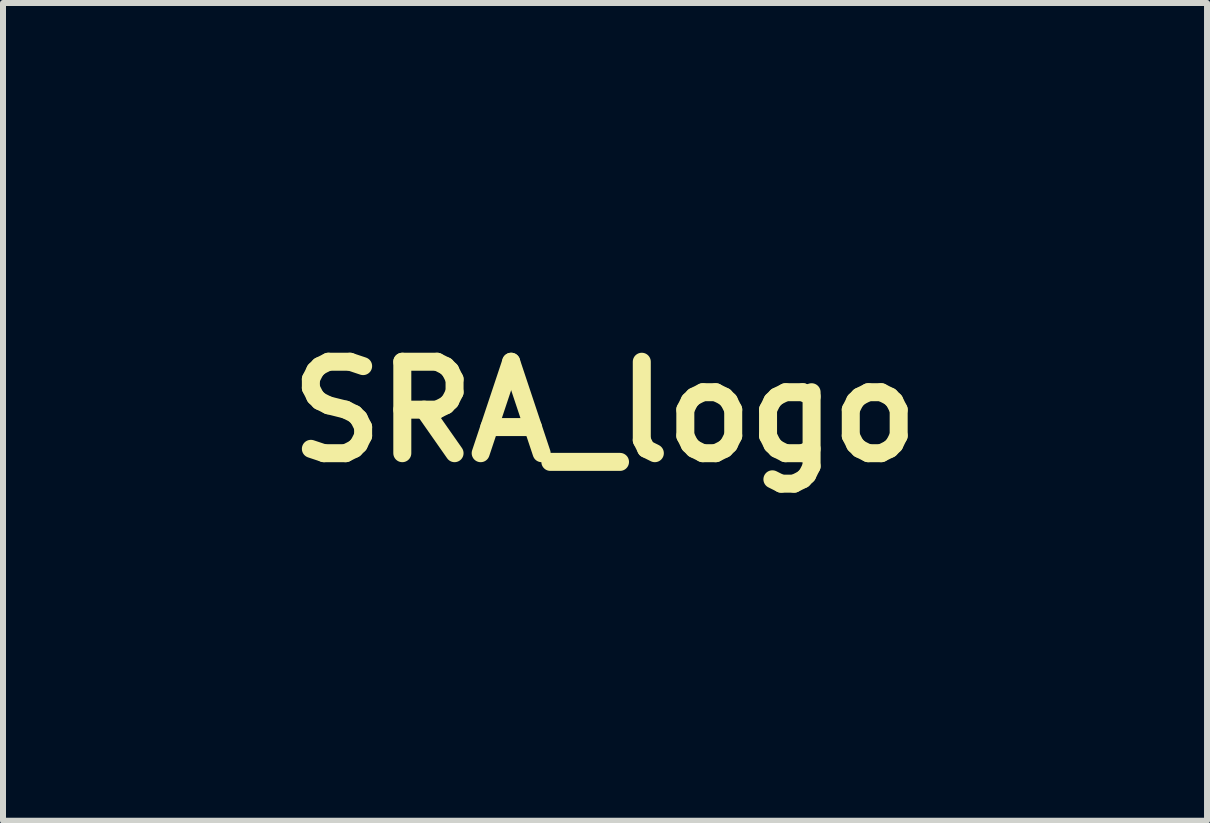
<source format=kicad_pcb>
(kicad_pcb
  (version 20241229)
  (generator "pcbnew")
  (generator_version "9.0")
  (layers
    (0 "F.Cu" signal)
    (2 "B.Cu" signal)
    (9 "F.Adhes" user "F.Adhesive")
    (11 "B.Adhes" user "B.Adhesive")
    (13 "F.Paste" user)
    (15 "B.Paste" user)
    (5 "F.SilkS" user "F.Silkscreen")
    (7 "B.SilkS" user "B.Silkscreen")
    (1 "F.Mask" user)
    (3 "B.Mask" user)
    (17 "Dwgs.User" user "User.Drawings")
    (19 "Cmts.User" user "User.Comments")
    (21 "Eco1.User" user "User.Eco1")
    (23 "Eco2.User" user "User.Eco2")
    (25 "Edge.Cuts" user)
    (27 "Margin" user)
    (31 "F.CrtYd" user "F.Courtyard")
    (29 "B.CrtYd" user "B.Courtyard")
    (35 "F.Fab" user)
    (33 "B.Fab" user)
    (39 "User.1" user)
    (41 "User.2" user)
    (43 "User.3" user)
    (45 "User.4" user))
  (footprint "SRA_logo"
    (layer "F.Cu")
    (at 7.03 3.814)
    (property "Reference" "SRA_logo" (at 0 0 0) (layer "F.SilkS") (effects (font (size 1.524 1.524) (thickness 0.3))))
    (attr through_hole)
    (fp_poly (pts (xy 0.68 -0.963) (xy 0.722 -0.93) (xy 0.813 -0.777) (xy 0.819 -0.595) (xy 0.741 -0.463) (xy 0.709 -0.447) (xy 0.633 -0.499) (xy 0.575 -0.668) (xy 0.571 -0.695) (xy 0.548 -0.924) (xy 0.58 -1.007) (xy 0.68 -0.963)) (stroke (width 0.01) (type solid)) (fill no) (layer "Eco2.User"))
    (fp_poly (pts (xy 2.108 -3.808) (xy 2.948 -3.807) (xy 3.656 -3.805) (xy 4.245 -3.801) (xy 4.727 -3.796) (xy 5.114 -3.788) (xy 5.418 -3.777) (xy 5.654 -3.764) (xy 5.832 -3.748) (xy 5.965 -3.727) (xy 6.066 -3.703) (xy 6.147 -3.675) (xy 6.221 -3.641) (xy 6.238 -3.634) (xy 6.507 -3.465) (xy 6.74 -3.256) (xy 6.794 -3.189) (xy 6.845 -3.113) (xy 6.887 -3.031) (xy 6.919 -2.926) (xy 6.945 -2.779) (xy 6.964 -2.571) (xy 6.978 -2.285) (xy 6.988 -1.902) (xy 6.996 -1.403) (xy 7.003 -0.771) (xy 7.009 -0.038) (xy 7.034 2.844) (xy 6.838 3.135) (xy 6.63 3.382) (xy 6.383 3.599) (xy 6.357 3.617) (xy 6.071 3.81) (xy 1.787 3.801) (xy 0.804 3.798) (xy -0.051 3.792) (xy -0.773 3.784) (xy -1.353 3.774) (xy -1.788 3.761) (xy -2.069 3.747) (xy -2.192 3.731) (xy -2.18 3.718) (xy -1.578 3.498) (xy -0.999 3.141) (xy -0.472 2.678) (xy -0.023 2.137) (xy 0.319 1.549) (xy 0.528 0.943) (xy 0.558 0.785) (xy 0.616 0.539) (xy 0.686 0.453) (xy 0.754 0.518) (xy 0.807 0.727) (xy 0.83 0.959) (xy 0.855 1.439) (xy 1.693 1.439) (xy 1.693 1.363) (xy 2.38 1.363) (xy 2.896 1.337) (xy 3.412 1.312) (xy 3.971 0.324) (xy 4.181 -0.043) (xy 4.362 -0.357) (xy 4.498 -0.586) (xy 4.571 -0.703) (xy 4.578 -0.711) (xy 4.633 -0.659) (xy 4.754 -0.482) (xy 4.923 -0.207) (xy 5.126 0.143) (xy 5.213 0.297) (xy 5.8 1.352) (xy 6.287 1.353) (xy 6.548 1.348) (xy 6.725 1.332) (xy 6.773 1.314) (xy 6.733 1.232) (xy 6.622 1.025) (xy 6.452 0.715) (xy 6.235 0.326) (xy 5.983 -0.122) (xy 5.907 -0.256) (xy 5.041 -1.785) (xy 4.588 -1.76) (xy 4.135 -1.736) (xy 3.258 -0.187) (xy 2.38 1.363) (xy 1.693 1.363) (xy 1.693 0.908) (xy 1.665 0.5) (xy 1.585 0.226) (xy 1.562 0.188) (xy 1.476 0.032) (xy 1.503 -0.097) (xy 1.562 -0.188) (xy 1.637 -0.387) (xy 1.683 -0.684) (xy 1.695 -1.01) (xy 1.668 -1.293) (xy 1.641 -1.393) (xy 1.491 -1.568) (xy 1.216 -1.699) (xy 0.857 -1.77) (xy 0.686 -1.778) (xy 0.429 -1.788) (xy 0.266 -1.842) (xy 0.13 -1.977) (xy 0.013 -2.14) (xy -0.193 -2.402) (xy -0.456 -2.682) (xy -0.747 -2.956) (xy -1.04 -3.201) (xy -1.306 -3.396) (xy -1.518 -3.516) (xy -1.649 -3.539) (xy -1.663 -3.53) (xy -1.632 -3.464) (xy -1.51 -3.382) (xy -1.132 -3.133) (xy -0.746 -2.791) (xy -0.42 -2.417) (xy -0.348 -2.316) (xy -0.204 -2.087) (xy -0.108 -1.914) (xy -0.085 -1.851) (xy -0.164 -1.822) (xy -0.378 -1.795) (xy -0.695 -1.773) (xy -1.037 -1.76) (xy -1.99 -1.736) (xy -2.016 -1.378) (xy -2.041 -1.021) (xy -0.915 -0.997) (xy 0.212 -0.974) (xy 0.238 -0.656) (xy 0.264 -0.339) (xy -2.038 -0.339) (xy -1.99 1.397) (xy -1.545 1.423) (xy -1.101 1.448) (xy -1.101 0.423) (xy -0.46 0.423) (xy -0.137 0.427) (xy 0.056 0.455) (xy 0.132 0.536) (xy 0.103 0.697) (xy -0.019 0.967) (xy -0.129 1.185) (xy -0.526 1.798) (xy -1.029 2.297) (xy -1.616 2.682) (xy -2.264 2.948) (xy -2.95 3.093) (xy -3.651 3.114) (xy -4.345 3.009) (xy -5.009 2.773) (xy -5.62 2.405) (xy -6.114 1.947) (xy -6.41 1.582) (xy -6.637 1.22) (xy -6.803 0.83) (xy -6.825 0.746) (xy -6.604 0.746) (xy -6.541 1.05) (xy -6.349 1.264) (xy -6.02 1.391) (xy -5.548 1.437) (xy -5.524 1.437) (xy -4.995 1.439) (xy -4.995 1.101) (xy -5.005 0.884) (xy -5.06 0.787) (xy -5.202 0.763) (xy -5.281 0.762) (xy -5.509 0.726) (xy -5.668 0.64) (xy -5.673 0.635) (xy -5.845 0.544) (xy -6.152 0.508) (xy -6.191 0.508) (xy -6.438 0.514) (xy -6.56 0.551) (xy -6.6 0.642) (xy -6.604 0.746) (xy -6.825 0.746) (xy -6.917 0.382) (xy -6.986 -0.153) (xy -7.015 -0.726) (xy -6.604 -0.726) (xy -6.582 -0.361) (xy -6.498 -0.111) (xy -6.327 0.045) (xy -6.044 0.129) (xy -5.624 0.161) (xy -5.524 0.163) (xy -4.995 0.169) (xy -4.995 -0.164) (xy -4.996 -0.184) (xy -4.403 -0.184) (xy -4.393 0.036) (xy -4.335 0.138) (xy -4.183 0.176) (xy -4.085 0.185) (xy -3.867 0.223) (xy -3.766 0.311) (xy -3.739 0.414) (xy -3.77 0.619) (xy -3.938 0.733) (xy -4.17 0.761) (xy -4.319 0.777) (xy -4.386 0.857) (xy -4.402 1.048) (xy -4.403 1.101) (xy -4.403 1.439) (xy -3.95 1.439) (xy -3.631 1.421) (xy -3.337 1.376) (xy -3.228 1.346) (xy -3.016 1.242) (xy -2.885 1.084) (xy -2.816 0.837) (xy -2.794 0.464) (xy -2.794 0.4) (xy -2.814 0.033) (xy -2.892 -0.214) (xy -3.055 -0.368) (xy -3.331 -0.453) (xy -3.747 -0.493) (xy -3.775 -0.495) (xy -4.403 -0.527) (xy -4.403 -0.184) (xy -4.996 -0.184) (xy -5.006 -0.38) (xy -5.067 -0.48) (xy -5.226 -0.517) (xy -5.304 -0.524) (xy -5.577 -0.598) (xy -5.718 -0.733) (xy -5.729 -0.889) (xy -5.611 -1.024) (xy -5.365 -1.097) (xy -5.281 -1.101) (xy -5.098 -1.112) (xy -5.017 -1.177) (xy -4.996 -1.345) (xy -4.995 -1.439) (xy -4.995 -1.778) (xy -4.403 -1.778) (xy -4.403 -1.439) (xy -4.394 -1.223) (xy -4.338 -1.126) (xy -4.193 -1.101) (xy -4.104 -1.101) (xy -3.864 -1.064) (xy -3.756 -0.974) (xy -3.663 -0.892) (xy -3.446 -0.852) (xy -3.251 -0.847) (xy -2.987 -0.853) (xy -2.851 -0.883) (xy -2.801 -0.957) (xy -2.794 -1.051) (xy -2.851 -1.368) (xy -3.03 -1.59) (xy -3.339 -1.724) (xy -3.79 -1.777) (xy -3.89 -1.778) (xy -4.403 -1.778) (xy -4.995 -1.778) (xy -5.508 -1.778) (xy -5.939 -1.741) (xy -6.28 -1.638) (xy -6.5 -1.48) (xy -6.551 -1.393) (xy -6.579 -1.239) (xy -6.598 -0.977) (xy -6.604 -0.726) (xy -7.015 -0.726) (xy -7.019 -0.804) (xy -7.025 -1.355) (xy -7.023 -1.879) (xy -7.016 -2.265) (xy -7 -2.543) (xy -6.972 -2.742) (xy -6.929 -2.893) (xy -6.867 -3.028) (xy -6.835 -3.084) (xy -6.572 -3.404) (xy -6.295 -3.598) (xy -1.863 -3.598) (xy -1.82 -3.556) (xy -1.778 -3.598) (xy -1.82 -3.641) (xy -1.863 -3.598) (xy -6.295 -3.598) (xy -6.277 -3.611) (xy -5.907 -3.806) (xy -0.017 -3.808) (xy 1.124 -3.809) (xy 2.108 -3.808)) (stroke (width 0.01) (type solid)) (fill no) (layer "Eco2.User")))
  (gr_rect
    (start -3 -3)
    (end 17.068 10.629)
    (stroke (width 0.1) (type default))
    (fill no)
    (layer "Edge.Cuts")))
</source>
